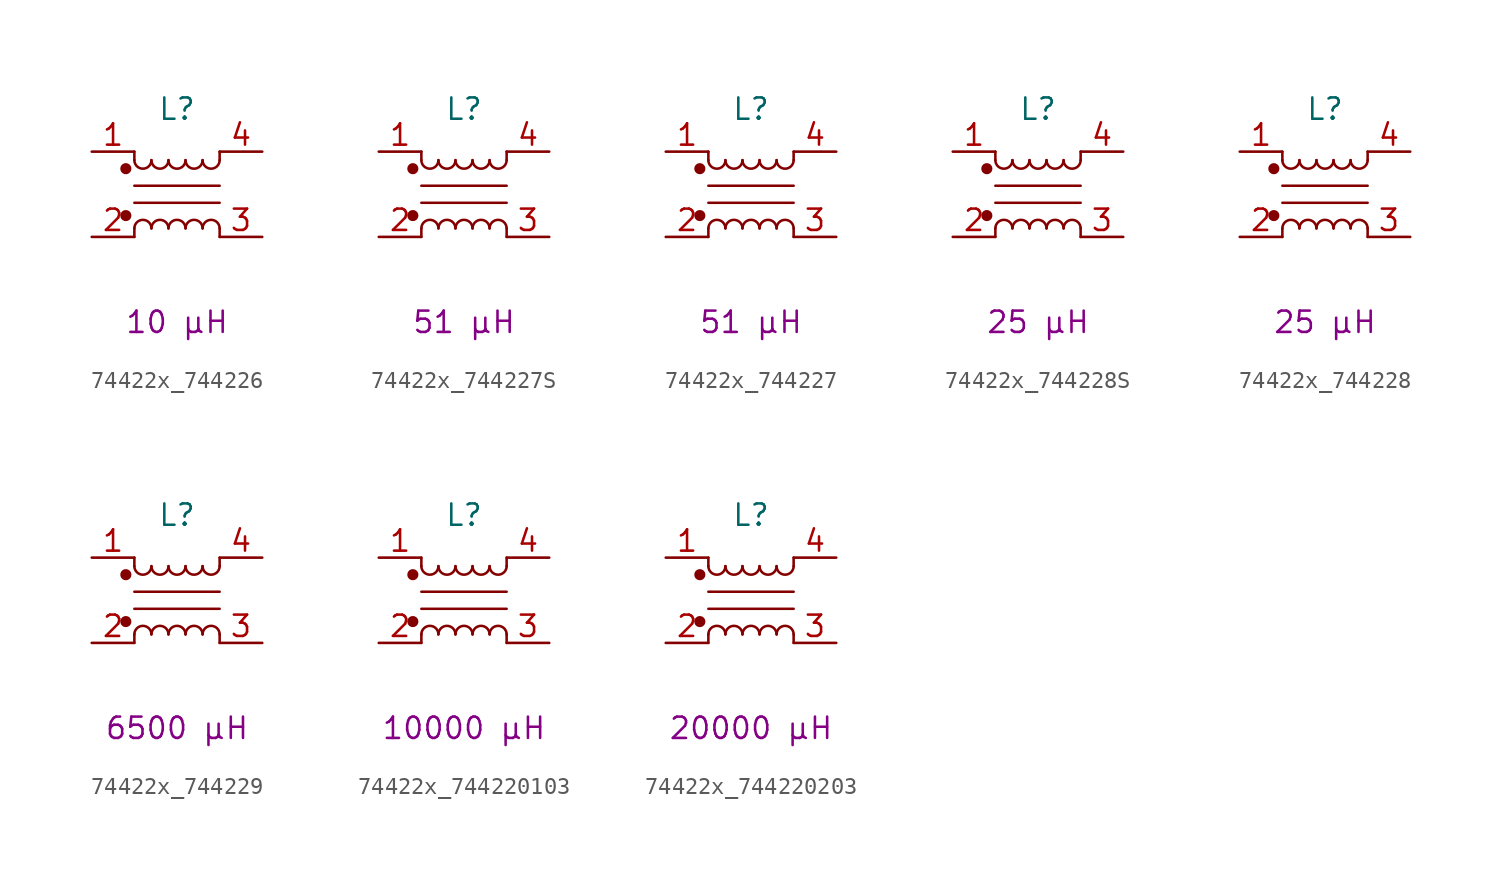
<source format=kicad_sym>
(kicad_symbol_lib
  (version 20220914)
  (generator kicad_symbol_editor)
  (symbol "74422x_744226"
    (pin_names hide)
    (property "Reference" "L"
      (at 0 5.08 0)
      (effects (font (size 1.27 1.27))))
    (property "Critical Parameter" "10 µH"
      (at 0 -7.62 0)
      (effects (font (size 1.27 1.27))))
    (symbol "74422x_744226_0_1"
      (circle (center -3.048 -1.27) (radius 0.254) (stroke (width 0) (type default)) (fill (type outline)))
      (circle (center -3.048 1.524) (radius 0.254) (stroke (width 0) (type default)) (fill (type outline)))
      (arc (start -2.54 2.032) (mid -2.032 1.5262) (end -1.524 2.032) (stroke (width 0) (type default)) (fill (type none)))
      (arc (start -1.524 -2.032) (mid -2.032 -1.5262) (end -2.54 -2.032) (stroke (width 0) (type default)) (fill (type none)))
      (arc (start -1.524 2.032) (mid -1.016 1.5262) (end -0.508 2.032) (stroke (width 0) (type default)) (fill (type none)))
      (arc (start -0.508 -2.032) (mid -1.016 -1.5262) (end -1.524 -2.032) (stroke (width 0) (type default)) (fill (type none)))
      (arc (start -0.508 2.032) (mid 0 1.5262) (end 0.508 2.032) (stroke (width 0) (type default)) (fill (type none)))
      (polyline (pts (xy -2.54 -2.032) (xy -2.54 -2.54)) (stroke (width 0) (type default)) (fill (type none)))
      (polyline (pts (xy -2.54 0.508) (xy 2.54 0.508)) (stroke (width 0) (type default)) (fill (type none)))
      (polyline (pts (xy -2.54 2.032) (xy -2.54 2.54)) (stroke (width 0) (type default)) (fill (type none)))
      (polyline (pts (xy 2.54 -2.032) (xy 2.54 -2.54)) (stroke (width 0) (type default)) (fill (type none)))
      (polyline (pts (xy 2.54 -0.508) (xy -2.54 -0.508)) (stroke (width 0) (type default)) (fill (type none)))
      (polyline (pts (xy 2.54 2.54) (xy 2.54 2.032)) (stroke (width 0) (type default)) (fill (type none)))
      (arc (start 0.508 -2.032) (mid 0 -1.5262) (end -0.508 -2.032) (stroke (width 0) (type default)) (fill (type none)))
      (arc (start 0.508 2.032) (mid 1.016 1.5262) (end 1.524 2.032) (stroke (width 0) (type default)) (fill (type none)))
      (arc (start 1.524 -2.032) (mid 1.016 -1.5262) (end 0.508 -2.032) (stroke (width 0) (type default)) (fill (type none)))
      (arc (start 1.524 2.032) (mid 2.032 1.5262) (end 2.54 2.032) (stroke (width 0) (type default)) (fill (type none)))
      (arc (start 2.54 -2.032) (mid 2.032 -1.5262) (end 1.524 -2.032) (stroke (width 0) (type default)) (fill (type none))))
    (symbol "74422x_744226_1_1"
      (pin passive line (at -5.08 2.54 0) (length 2.54) (name "1" (effects (font (size 1.27 1.27)))) (number "1" (effects (font (size 1.27 1.27)))))
      (pin passive line (at -5.08 -2.54 0) (length 2.54) (name "2" (effects (font (size 1.27 1.27)))) (number "2" (effects (font (size 1.27 1.27)))))
      (pin passive line (at 5.08 -2.54 180) (length 2.54) (name "3" (effects (font (size 1.27 1.27)))) (number "3" (effects (font (size 1.27 1.27)))))
      (pin passive line (at 5.08 2.54 180) (length 2.54) (name "4" (effects (font (size 1.27 1.27)))) (number "4" (effects (font (size 1.27 1.27)))))))
  (symbol "74422x_744227S"
    (pin_names hide)
    (property "Reference" "L"
      (at 0 5.08 0)
      (effects (font (size 1.27 1.27))))
    (property "Critical Parameter" "51 µH"
      (at 0 -7.62 0)
      (effects (font (size 1.27 1.27))))
    (symbol "74422x_744227S_0_1"
      (circle (center -3.048 -1.27) (radius 0.254) (stroke (width 0) (type default)) (fill (type outline)))
      (circle (center -3.048 1.524) (radius 0.254) (stroke (width 0) (type default)) (fill (type outline)))
      (arc (start -2.54 2.032) (mid -2.032 1.5262) (end -1.524 2.032) (stroke (width 0) (type default)) (fill (type none)))
      (arc (start -1.524 -2.032) (mid -2.032 -1.5262) (end -2.54 -2.032) (stroke (width 0) (type default)) (fill (type none)))
      (arc (start -1.524 2.032) (mid -1.016 1.5262) (end -0.508 2.032) (stroke (width 0) (type default)) (fill (type none)))
      (arc (start -0.508 -2.032) (mid -1.016 -1.5262) (end -1.524 -2.032) (stroke (width 0) (type default)) (fill (type none)))
      (arc (start -0.508 2.032) (mid 0 1.5262) (end 0.508 2.032) (stroke (width 0) (type default)) (fill (type none)))
      (polyline (pts (xy -2.54 -2.032) (xy -2.54 -2.54)) (stroke (width 0) (type default)) (fill (type none)))
      (polyline (pts (xy -2.54 0.508) (xy 2.54 0.508)) (stroke (width 0) (type default)) (fill (type none)))
      (polyline (pts (xy -2.54 2.032) (xy -2.54 2.54)) (stroke (width 0) (type default)) (fill (type none)))
      (polyline (pts (xy 2.54 -2.032) (xy 2.54 -2.54)) (stroke (width 0) (type default)) (fill (type none)))
      (polyline (pts (xy 2.54 -0.508) (xy -2.54 -0.508)) (stroke (width 0) (type default)) (fill (type none)))
      (polyline (pts (xy 2.54 2.54) (xy 2.54 2.032)) (stroke (width 0) (type default)) (fill (type none)))
      (arc (start 0.508 -2.032) (mid 0 -1.5262) (end -0.508 -2.032) (stroke (width 0) (type default)) (fill (type none)))
      (arc (start 0.508 2.032) (mid 1.016 1.5262) (end 1.524 2.032) (stroke (width 0) (type default)) (fill (type none)))
      (arc (start 1.524 -2.032) (mid 1.016 -1.5262) (end 0.508 -2.032) (stroke (width 0) (type default)) (fill (type none)))
      (arc (start 1.524 2.032) (mid 2.032 1.5262) (end 2.54 2.032) (stroke (width 0) (type default)) (fill (type none)))
      (arc (start 2.54 -2.032) (mid 2.032 -1.5262) (end 1.524 -2.032) (stroke (width 0) (type default)) (fill (type none))))
    (symbol "74422x_744227S_1_1"
      (pin passive line (at -5.08 2.54 0) (length 2.54) (name "1" (effects (font (size 1.27 1.27)))) (number "1" (effects (font (size 1.27 1.27)))))
      (pin passive line (at -5.08 -2.54 0) (length 2.54) (name "2" (effects (font (size 1.27 1.27)))) (number "2" (effects (font (size 1.27 1.27)))))
      (pin passive line (at 5.08 -2.54 180) (length 2.54) (name "3" (effects (font (size 1.27 1.27)))) (number "3" (effects (font (size 1.27 1.27)))))
      (pin passive line (at 5.08 2.54 180) (length 2.54) (name "4" (effects (font (size 1.27 1.27)))) (number "4" (effects (font (size 1.27 1.27)))))))
  (symbol "74422x_744227"
    (pin_names hide)
    (property "Reference" "L"
      (at 0 5.08 0)
      (effects (font (size 1.27 1.27))))
    (property "Critical Parameter" "51 µH"
      (at 0 -7.62 0)
      (effects (font (size 1.27 1.27))))
    (symbol "74422x_744227_0_1"
      (circle (center -3.048 -1.27) (radius 0.254) (stroke (width 0) (type default)) (fill (type outline)))
      (circle (center -3.048 1.524) (radius 0.254) (stroke (width 0) (type default)) (fill (type outline)))
      (arc (start -2.54 2.032) (mid -2.032 1.5262) (end -1.524 2.032) (stroke (width 0) (type default)) (fill (type none)))
      (arc (start -1.524 -2.032) (mid -2.032 -1.5262) (end -2.54 -2.032) (stroke (width 0) (type default)) (fill (type none)))
      (arc (start -1.524 2.032) (mid -1.016 1.5262) (end -0.508 2.032) (stroke (width 0) (type default)) (fill (type none)))
      (arc (start -0.508 -2.032) (mid -1.016 -1.5262) (end -1.524 -2.032) (stroke (width 0) (type default)) (fill (type none)))
      (arc (start -0.508 2.032) (mid 0 1.5262) (end 0.508 2.032) (stroke (width 0) (type default)) (fill (type none)))
      (polyline (pts (xy -2.54 -2.032) (xy -2.54 -2.54)) (stroke (width 0) (type default)) (fill (type none)))
      (polyline (pts (xy -2.54 0.508) (xy 2.54 0.508)) (stroke (width 0) (type default)) (fill (type none)))
      (polyline (pts (xy -2.54 2.032) (xy -2.54 2.54)) (stroke (width 0) (type default)) (fill (type none)))
      (polyline (pts (xy 2.54 -2.032) (xy 2.54 -2.54)) (stroke (width 0) (type default)) (fill (type none)))
      (polyline (pts (xy 2.54 -0.508) (xy -2.54 -0.508)) (stroke (width 0) (type default)) (fill (type none)))
      (polyline (pts (xy 2.54 2.54) (xy 2.54 2.032)) (stroke (width 0) (type default)) (fill (type none)))
      (arc (start 0.508 -2.032) (mid 0 -1.5262) (end -0.508 -2.032) (stroke (width 0) (type default)) (fill (type none)))
      (arc (start 0.508 2.032) (mid 1.016 1.5262) (end 1.524 2.032) (stroke (width 0) (type default)) (fill (type none)))
      (arc (start 1.524 -2.032) (mid 1.016 -1.5262) (end 0.508 -2.032) (stroke (width 0) (type default)) (fill (type none)))
      (arc (start 1.524 2.032) (mid 2.032 1.5262) (end 2.54 2.032) (stroke (width 0) (type default)) (fill (type none)))
      (arc (start 2.54 -2.032) (mid 2.032 -1.5262) (end 1.524 -2.032) (stroke (width 0) (type default)) (fill (type none))))
    (symbol "74422x_744227_1_1"
      (pin passive line (at -5.08 2.54 0) (length 2.54) (name "1" (effects (font (size 1.27 1.27)))) (number "1" (effects (font (size 1.27 1.27)))))
      (pin passive line (at -5.08 -2.54 0) (length 2.54) (name "2" (effects (font (size 1.27 1.27)))) (number "2" (effects (font (size 1.27 1.27)))))
      (pin passive line (at 5.08 -2.54 180) (length 2.54) (name "3" (effects (font (size 1.27 1.27)))) (number "3" (effects (font (size 1.27 1.27)))))
      (pin passive line (at 5.08 2.54 180) (length 2.54) (name "4" (effects (font (size 1.27 1.27)))) (number "4" (effects (font (size 1.27 1.27)))))))
  (symbol "74422x_744228S"
    (pin_names hide)
    (property "Reference" "L"
      (at 0 5.08 0)
      (effects (font (size 1.27 1.27))))
    (property "Critical Parameter" "25 µH"
      (at 0 -7.62 0)
      (effects (font (size 1.27 1.27))))
    (symbol "74422x_744228S_0_1"
      (circle (center -3.048 -1.27) (radius 0.254) (stroke (width 0) (type default)) (fill (type outline)))
      (circle (center -3.048 1.524) (radius 0.254) (stroke (width 0) (type default)) (fill (type outline)))
      (arc (start -2.54 2.032) (mid -2.032 1.5262) (end -1.524 2.032) (stroke (width 0) (type default)) (fill (type none)))
      (arc (start -1.524 -2.032) (mid -2.032 -1.5262) (end -2.54 -2.032) (stroke (width 0) (type default)) (fill (type none)))
      (arc (start -1.524 2.032) (mid -1.016 1.5262) (end -0.508 2.032) (stroke (width 0) (type default)) (fill (type none)))
      (arc (start -0.508 -2.032) (mid -1.016 -1.5262) (end -1.524 -2.032) (stroke (width 0) (type default)) (fill (type none)))
      (arc (start -0.508 2.032) (mid 0 1.5262) (end 0.508 2.032) (stroke (width 0) (type default)) (fill (type none)))
      (polyline (pts (xy -2.54 -2.032) (xy -2.54 -2.54)) (stroke (width 0) (type default)) (fill (type none)))
      (polyline (pts (xy -2.54 0.508) (xy 2.54 0.508)) (stroke (width 0) (type default)) (fill (type none)))
      (polyline (pts (xy -2.54 2.032) (xy -2.54 2.54)) (stroke (width 0) (type default)) (fill (type none)))
      (polyline (pts (xy 2.54 -2.032) (xy 2.54 -2.54)) (stroke (width 0) (type default)) (fill (type none)))
      (polyline (pts (xy 2.54 -0.508) (xy -2.54 -0.508)) (stroke (width 0) (type default)) (fill (type none)))
      (polyline (pts (xy 2.54 2.54) (xy 2.54 2.032)) (stroke (width 0) (type default)) (fill (type none)))
      (arc (start 0.508 -2.032) (mid 0 -1.5262) (end -0.508 -2.032) (stroke (width 0) (type default)) (fill (type none)))
      (arc (start 0.508 2.032) (mid 1.016 1.5262) (end 1.524 2.032) (stroke (width 0) (type default)) (fill (type none)))
      (arc (start 1.524 -2.032) (mid 1.016 -1.5262) (end 0.508 -2.032) (stroke (width 0) (type default)) (fill (type none)))
      (arc (start 1.524 2.032) (mid 2.032 1.5262) (end 2.54 2.032) (stroke (width 0) (type default)) (fill (type none)))
      (arc (start 2.54 -2.032) (mid 2.032 -1.5262) (end 1.524 -2.032) (stroke (width 0) (type default)) (fill (type none))))
    (symbol "74422x_744228S_1_1"
      (pin passive line (at -5.08 2.54 0) (length 2.54) (name "1" (effects (font (size 1.27 1.27)))) (number "1" (effects (font (size 1.27 1.27)))))
      (pin passive line (at -5.08 -2.54 0) (length 2.54) (name "2" (effects (font (size 1.27 1.27)))) (number "2" (effects (font (size 1.27 1.27)))))
      (pin passive line (at 5.08 -2.54 180) (length 2.54) (name "3" (effects (font (size 1.27 1.27)))) (number "3" (effects (font (size 1.27 1.27)))))
      (pin passive line (at 5.08 2.54 180) (length 2.54) (name "4" (effects (font (size 1.27 1.27)))) (number "4" (effects (font (size 1.27 1.27)))))))
  (symbol "74422x_744228"
    (pin_names hide)
    (property "Reference" "L"
      (at 0 5.08 0)
      (effects (font (size 1.27 1.27))))
    (property "Critical Parameter" "25 µH"
      (at 0 -7.62 0)
      (effects (font (size 1.27 1.27))))
    (symbol "74422x_744228_0_1"
      (circle (center -3.048 -1.27) (radius 0.254) (stroke (width 0) (type default)) (fill (type outline)))
      (circle (center -3.048 1.524) (radius 0.254) (stroke (width 0) (type default)) (fill (type outline)))
      (arc (start -2.54 2.032) (mid -2.032 1.5262) (end -1.524 2.032) (stroke (width 0) (type default)) (fill (type none)))
      (arc (start -1.524 -2.032) (mid -2.032 -1.5262) (end -2.54 -2.032) (stroke (width 0) (type default)) (fill (type none)))
      (arc (start -1.524 2.032) (mid -1.016 1.5262) (end -0.508 2.032) (stroke (width 0) (type default)) (fill (type none)))
      (arc (start -0.508 -2.032) (mid -1.016 -1.5262) (end -1.524 -2.032) (stroke (width 0) (type default)) (fill (type none)))
      (arc (start -0.508 2.032) (mid 0 1.5262) (end 0.508 2.032) (stroke (width 0) (type default)) (fill (type none)))
      (polyline (pts (xy -2.54 -2.032) (xy -2.54 -2.54)) (stroke (width 0) (type default)) (fill (type none)))
      (polyline (pts (xy -2.54 0.508) (xy 2.54 0.508)) (stroke (width 0) (type default)) (fill (type none)))
      (polyline (pts (xy -2.54 2.032) (xy -2.54 2.54)) (stroke (width 0) (type default)) (fill (type none)))
      (polyline (pts (xy 2.54 -2.032) (xy 2.54 -2.54)) (stroke (width 0) (type default)) (fill (type none)))
      (polyline (pts (xy 2.54 -0.508) (xy -2.54 -0.508)) (stroke (width 0) (type default)) (fill (type none)))
      (polyline (pts (xy 2.54 2.54) (xy 2.54 2.032)) (stroke (width 0) (type default)) (fill (type none)))
      (arc (start 0.508 -2.032) (mid 0 -1.5262) (end -0.508 -2.032) (stroke (width 0) (type default)) (fill (type none)))
      (arc (start 0.508 2.032) (mid 1.016 1.5262) (end 1.524 2.032) (stroke (width 0) (type default)) (fill (type none)))
      (arc (start 1.524 -2.032) (mid 1.016 -1.5262) (end 0.508 -2.032) (stroke (width 0) (type default)) (fill (type none)))
      (arc (start 1.524 2.032) (mid 2.032 1.5262) (end 2.54 2.032) (stroke (width 0) (type default)) (fill (type none)))
      (arc (start 2.54 -2.032) (mid 2.032 -1.5262) (end 1.524 -2.032) (stroke (width 0) (type default)) (fill (type none))))
    (symbol "74422x_744228_1_1"
      (pin passive line (at -5.08 2.54 0) (length 2.54) (name "1" (effects (font (size 1.27 1.27)))) (number "1" (effects (font (size 1.27 1.27)))))
      (pin passive line (at -5.08 -2.54 0) (length 2.54) (name "2" (effects (font (size 1.27 1.27)))) (number "2" (effects (font (size 1.27 1.27)))))
      (pin passive line (at 5.08 -2.54 180) (length 2.54) (name "3" (effects (font (size 1.27 1.27)))) (number "3" (effects (font (size 1.27 1.27)))))
      (pin passive line (at 5.08 2.54 180) (length 2.54) (name "4" (effects (font (size 1.27 1.27)))) (number "4" (effects (font (size 1.27 1.27)))))))
  (symbol "74422x_744229"
    (pin_names hide)
    (property "Reference" "L"
      (at 0 5.08 0)
      (effects (font (size 1.27 1.27))))
    (property "Critical Parameter" "6500 µH"
      (at 0 -7.62 0)
      (effects (font (size 1.27 1.27))))
    (symbol "74422x_744229_0_1"
      (circle (center -3.048 -1.27) (radius 0.254) (stroke (width 0) (type default)) (fill (type outline)))
      (circle (center -3.048 1.524) (radius 0.254) (stroke (width 0) (type default)) (fill (type outline)))
      (arc (start -2.54 2.032) (mid -2.032 1.5262) (end -1.524 2.032) (stroke (width 0) (type default)) (fill (type none)))
      (arc (start -1.524 -2.032) (mid -2.032 -1.5262) (end -2.54 -2.032) (stroke (width 0) (type default)) (fill (type none)))
      (arc (start -1.524 2.032) (mid -1.016 1.5262) (end -0.508 2.032) (stroke (width 0) (type default)) (fill (type none)))
      (arc (start -0.508 -2.032) (mid -1.016 -1.5262) (end -1.524 -2.032) (stroke (width 0) (type default)) (fill (type none)))
      (arc (start -0.508 2.032) (mid 0 1.5262) (end 0.508 2.032) (stroke (width 0) (type default)) (fill (type none)))
      (polyline (pts (xy -2.54 -2.032) (xy -2.54 -2.54)) (stroke (width 0) (type default)) (fill (type none)))
      (polyline (pts (xy -2.54 0.508) (xy 2.54 0.508)) (stroke (width 0) (type default)) (fill (type none)))
      (polyline (pts (xy -2.54 2.032) (xy -2.54 2.54)) (stroke (width 0) (type default)) (fill (type none)))
      (polyline (pts (xy 2.54 -2.032) (xy 2.54 -2.54)) (stroke (width 0) (type default)) (fill (type none)))
      (polyline (pts (xy 2.54 -0.508) (xy -2.54 -0.508)) (stroke (width 0) (type default)) (fill (type none)))
      (polyline (pts (xy 2.54 2.54) (xy 2.54 2.032)) (stroke (width 0) (type default)) (fill (type none)))
      (arc (start 0.508 -2.032) (mid 0 -1.5262) (end -0.508 -2.032) (stroke (width 0) (type default)) (fill (type none)))
      (arc (start 0.508 2.032) (mid 1.016 1.5262) (end 1.524 2.032) (stroke (width 0) (type default)) (fill (type none)))
      (arc (start 1.524 -2.032) (mid 1.016 -1.5262) (end 0.508 -2.032) (stroke (width 0) (type default)) (fill (type none)))
      (arc (start 1.524 2.032) (mid 2.032 1.5262) (end 2.54 2.032) (stroke (width 0) (type default)) (fill (type none)))
      (arc (start 2.54 -2.032) (mid 2.032 -1.5262) (end 1.524 -2.032) (stroke (width 0) (type default)) (fill (type none))))
    (symbol "74422x_744229_1_1"
      (pin passive line (at -5.08 2.54 0) (length 2.54) (name "1" (effects (font (size 1.27 1.27)))) (number "1" (effects (font (size 1.27 1.27)))))
      (pin passive line (at -5.08 -2.54 0) (length 2.54) (name "2" (effects (font (size 1.27 1.27)))) (number "2" (effects (font (size 1.27 1.27)))))
      (pin passive line (at 5.08 -2.54 180) (length 2.54) (name "3" (effects (font (size 1.27 1.27)))) (number "3" (effects (font (size 1.27 1.27)))))
      (pin passive line (at 5.08 2.54 180) (length 2.54) (name "4" (effects (font (size 1.27 1.27)))) (number "4" (effects (font (size 1.27 1.27)))))))
  (symbol "74422x_744220103"
    (pin_names hide)
    (property "Reference" "L"
      (at 0 5.08 0)
      (effects (font (size 1.27 1.27))))
    (property "Critical Parameter" "10000 µH"
      (at 0 -7.62 0)
      (effects (font (size 1.27 1.27))))
    (symbol "74422x_744220103_0_1"
      (circle (center -3.048 -1.27) (radius 0.254) (stroke (width 0) (type default)) (fill (type outline)))
      (circle (center -3.048 1.524) (radius 0.254) (stroke (width 0) (type default)) (fill (type outline)))
      (arc (start -2.54 2.032) (mid -2.032 1.5262) (end -1.524 2.032) (stroke (width 0) (type default)) (fill (type none)))
      (arc (start -1.524 -2.032) (mid -2.032 -1.5262) (end -2.54 -2.032) (stroke (width 0) (type default)) (fill (type none)))
      (arc (start -1.524 2.032) (mid -1.016 1.5262) (end -0.508 2.032) (stroke (width 0) (type default)) (fill (type none)))
      (arc (start -0.508 -2.032) (mid -1.016 -1.5262) (end -1.524 -2.032) (stroke (width 0) (type default)) (fill (type none)))
      (arc (start -0.508 2.032) (mid 0 1.5262) (end 0.508 2.032) (stroke (width 0) (type default)) (fill (type none)))
      (polyline (pts (xy -2.54 -2.032) (xy -2.54 -2.54)) (stroke (width 0) (type default)) (fill (type none)))
      (polyline (pts (xy -2.54 0.508) (xy 2.54 0.508)) (stroke (width 0) (type default)) (fill (type none)))
      (polyline (pts (xy -2.54 2.032) (xy -2.54 2.54)) (stroke (width 0) (type default)) (fill (type none)))
      (polyline (pts (xy 2.54 -2.032) (xy 2.54 -2.54)) (stroke (width 0) (type default)) (fill (type none)))
      (polyline (pts (xy 2.54 -0.508) (xy -2.54 -0.508)) (stroke (width 0) (type default)) (fill (type none)))
      (polyline (pts (xy 2.54 2.54) (xy 2.54 2.032)) (stroke (width 0) (type default)) (fill (type none)))
      (arc (start 0.508 -2.032) (mid 0 -1.5262) (end -0.508 -2.032) (stroke (width 0) (type default)) (fill (type none)))
      (arc (start 0.508 2.032) (mid 1.016 1.5262) (end 1.524 2.032) (stroke (width 0) (type default)) (fill (type none)))
      (arc (start 1.524 -2.032) (mid 1.016 -1.5262) (end 0.508 -2.032) (stroke (width 0) (type default)) (fill (type none)))
      (arc (start 1.524 2.032) (mid 2.032 1.5262) (end 2.54 2.032) (stroke (width 0) (type default)) (fill (type none)))
      (arc (start 2.54 -2.032) (mid 2.032 -1.5262) (end 1.524 -2.032) (stroke (width 0) (type default)) (fill (type none))))
    (symbol "74422x_744220103_1_1"
      (pin passive line (at -5.08 2.54 0) (length 2.54) (name "1" (effects (font (size 1.27 1.27)))) (number "1" (effects (font (size 1.27 1.27)))))
      (pin passive line (at -5.08 -2.54 0) (length 2.54) (name "2" (effects (font (size 1.27 1.27)))) (number "2" (effects (font (size 1.27 1.27)))))
      (pin passive line (at 5.08 -2.54 180) (length 2.54) (name "3" (effects (font (size 1.27 1.27)))) (number "3" (effects (font (size 1.27 1.27)))))
      (pin passive line (at 5.08 2.54 180) (length 2.54) (name "4" (effects (font (size 1.27 1.27)))) (number "4" (effects (font (size 1.27 1.27)))))))
  (symbol "74422x_744220203"
    (pin_names hide)
    (property "Reference" "L"
      (at 0 5.08 0)
      (effects (font (size 1.27 1.27))))
    (property "Critical Parameter" "20000 µH"
      (at 0 -7.62 0)
      (effects (font (size 1.27 1.27))))
    (symbol "74422x_744220203_0_1"
      (circle (center -3.048 -1.27) (radius 0.254) (stroke (width 0) (type default)) (fill (type outline)))
      (circle (center -3.048 1.524) (radius 0.254) (stroke (width 0) (type default)) (fill (type outline)))
      (arc (start -2.54 2.032) (mid -2.032 1.5262) (end -1.524 2.032) (stroke (width 0) (type default)) (fill (type none)))
      (arc (start -1.524 -2.032) (mid -2.032 -1.5262) (end -2.54 -2.032) (stroke (width 0) (type default)) (fill (type none)))
      (arc (start -1.524 2.032) (mid -1.016 1.5262) (end -0.508 2.032) (stroke (width 0) (type default)) (fill (type none)))
      (arc (start -0.508 -2.032) (mid -1.016 -1.5262) (end -1.524 -2.032) (stroke (width 0) (type default)) (fill (type none)))
      (arc (start -0.508 2.032) (mid 0 1.5262) (end 0.508 2.032) (stroke (width 0) (type default)) (fill (type none)))
      (polyline (pts (xy -2.54 -2.032) (xy -2.54 -2.54)) (stroke (width 0) (type default)) (fill (type none)))
      (polyline (pts (xy -2.54 0.508) (xy 2.54 0.508)) (stroke (width 0) (type default)) (fill (type none)))
      (polyline (pts (xy -2.54 2.032) (xy -2.54 2.54)) (stroke (width 0) (type default)) (fill (type none)))
      (polyline (pts (xy 2.54 -2.032) (xy 2.54 -2.54)) (stroke (width 0) (type default)) (fill (type none)))
      (polyline (pts (xy 2.54 -0.508) (xy -2.54 -0.508)) (stroke (width 0) (type default)) (fill (type none)))
      (polyline (pts (xy 2.54 2.54) (xy 2.54 2.032)) (stroke (width 0) (type default)) (fill (type none)))
      (arc (start 0.508 -2.032) (mid 0 -1.5262) (end -0.508 -2.032) (stroke (width 0) (type default)) (fill (type none)))
      (arc (start 0.508 2.032) (mid 1.016 1.5262) (end 1.524 2.032) (stroke (width 0) (type default)) (fill (type none)))
      (arc (start 1.524 -2.032) (mid 1.016 -1.5262) (end 0.508 -2.032) (stroke (width 0) (type default)) (fill (type none)))
      (arc (start 1.524 2.032) (mid 2.032 1.5262) (end 2.54 2.032) (stroke (width 0) (type default)) (fill (type none)))
      (arc (start 2.54 -2.032) (mid 2.032 -1.5262) (end 1.524 -2.032) (stroke (width 0) (type default)) (fill (type none))))
    (symbol "74422x_744220203_1_1"
      (pin passive line (at -5.08 2.54 0) (length 2.54) (name "1" (effects (font (size 1.27 1.27)))) (number "1" (effects (font (size 1.27 1.27)))))
      (pin passive line (at -5.08 -2.54 0) (length 2.54) (name "2" (effects (font (size 1.27 1.27)))) (number "2" (effects (font (size 1.27 1.27)))))
      (pin passive line (at 5.08 -2.54 180) (length 2.54) (name "3" (effects (font (size 1.27 1.27)))) (number "3" (effects (font (size 1.27 1.27)))))
      (pin passive line (at 5.08 2.54 180) (length 2.54) (name "4" (effects (font (size 1.27 1.27)))) (number "4" (effects (font (size 1.27 1.27))))))))
</source>
